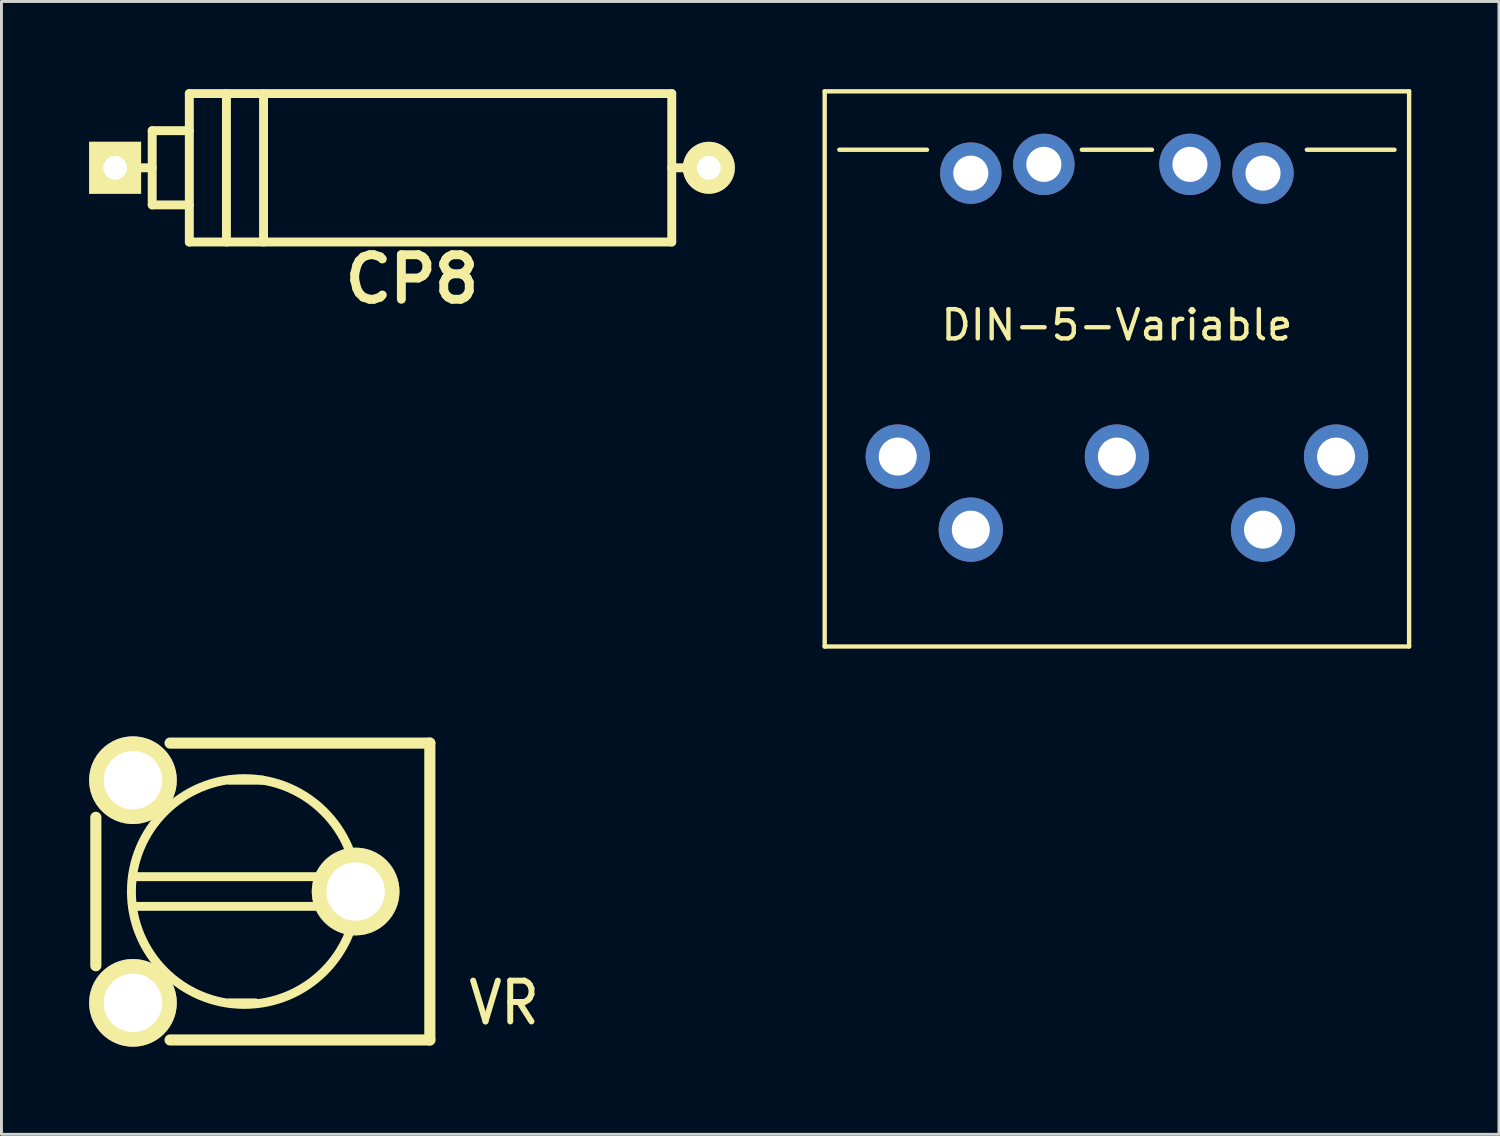
<source format=kicad_pcb>
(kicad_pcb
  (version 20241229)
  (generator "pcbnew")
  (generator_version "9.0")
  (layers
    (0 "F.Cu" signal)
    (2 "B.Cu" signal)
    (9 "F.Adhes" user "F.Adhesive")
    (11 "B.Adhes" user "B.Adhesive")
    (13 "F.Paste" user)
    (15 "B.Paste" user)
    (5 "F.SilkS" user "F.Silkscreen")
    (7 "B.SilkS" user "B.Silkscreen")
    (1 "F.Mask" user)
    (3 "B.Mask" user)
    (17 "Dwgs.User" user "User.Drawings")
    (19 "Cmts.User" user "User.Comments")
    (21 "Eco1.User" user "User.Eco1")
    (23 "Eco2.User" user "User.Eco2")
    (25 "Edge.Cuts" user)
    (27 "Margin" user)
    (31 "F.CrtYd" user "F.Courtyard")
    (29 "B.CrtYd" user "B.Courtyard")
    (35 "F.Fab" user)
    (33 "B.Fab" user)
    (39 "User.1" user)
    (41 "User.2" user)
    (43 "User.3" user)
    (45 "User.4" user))
  (footprint "CP8"
    (layer "F.Cu")
    (at 11.049 2.692)
    (property "Reference" "CP8" (at 0 3.81 0) (layer "F.SilkS") (effects (font (size 1.524 1.524) (thickness 0.305))))
    (attr through_hole)
    (fp_line (start -10.16 0) (end -8.89 0) (stroke (width 0.305) (type solid)) (layer "F.SilkS"))
    (fp_line (start -8.89 -1.27) (end -7.62 -1.27) (stroke (width 0.305) (type solid)) (layer "F.SilkS"))
    (fp_line (start -8.89 1.27) (end -8.89 -1.27) (stroke (width 0.305) (type solid)) (layer "F.SilkS"))
    (fp_line (start -7.62 -2.54) (end 8.89 -2.54) (stroke (width 0.305) (type solid)) (layer "F.SilkS"))
    (fp_line (start -7.62 1.27) (end -8.89 1.27) (stroke (width 0.305) (type solid)) (layer "F.SilkS"))
    (fp_line (start -7.62 2.54) (end -7.62 -2.54) (stroke (width 0.305) (type solid)) (layer "F.SilkS"))
    (fp_line (start -6.35 2.54) (end -6.35 -2.54) (stroke (width 0.305) (type solid)) (layer "F.SilkS"))
    (fp_line (start -5.08 -2.54) (end -5.08 2.54) (stroke (width 0.305) (type solid)) (layer "F.SilkS"))
    (fp_line (start 8.89 -2.54) (end 8.89 2.54) (stroke (width 0.305) (type solid)) (layer "F.SilkS"))
    (fp_line (start 8.89 0) (end 10.16 0) (stroke (width 0.305) (type solid)) (layer "F.SilkS"))
    (fp_line (start 8.89 2.54) (end -7.62 2.54) (stroke (width 0.305) (type solid)) (layer "F.SilkS"))
    (pad "1" thru_hole rect (at -10.16 0) (size 1.778 1.778) (drill 0.813) (layers "*.Cu" "*.Mask" "F.SilkS"))
    (pad "2" thru_hole circle (at 10.16 0) (size 1.778 1.778) (drill 0.813) (layers "*.Cu" "*.Mask" "F.SilkS")))
  (footprint "VR"
    (layer "F.Cu")
    (at 5.31 27.46)
    (property "Reference" "VR" (at 8.89 3.81 0) (layer "F.SilkS") (effects (font (size 1.397 1.27) (thickness 0.203))))
    (attr through_hole)
    (fp_line (start -5.08 -2.54) (end -5.08 2.54) (stroke (width 0.381) (type solid)) (layer "F.SilkS"))
    (fp_line (start -3.81 -0.508) (end 3.683 -0.508) (stroke (width 0.305) (type solid)) (layer "F.SilkS"))
    (fp_line (start -3.81 0.508) (end 3.683 0.508) (stroke (width 0.305) (type solid)) (layer "F.SilkS"))
    (fp_line (start -0.508 -3.81) (end 0.635 -3.81) (stroke (width 0.305) (type solid)) (layer "F.SilkS"))
    (fp_line (start 0.381 3.81) (end -0.508 3.81) (stroke (width 0.305) (type solid)) (layer "F.SilkS"))
    (fp_line (start 6.35 -5.08) (end -2.54 -5.08) (stroke (width 0.381) (type solid)) (layer "F.SilkS"))
    (fp_line (start 6.35 -5.08) (end 6.35 5.08) (stroke (width 0.381) (type solid)) (layer "F.SilkS"))
    (fp_line (start 6.35 5.08) (end -2.54 5.08) (stroke (width 0.381) (type solid)) (layer "F.SilkS"))
    (fp_circle (center 0 0) (end -3.81 -0.635) (stroke (width 0.305) (type solid)) (fill no) (layer "F.SilkS"))
    (pad "1" thru_hole circle (at -3.81 -3.81) (size 3 3) (drill 1.999) (layers "*.Cu" "*.Mask" "F.SilkS"))
    (pad "2" thru_hole circle (at 3.81 0) (size 3 3) (drill 1.999) (layers "*.Cu" "*.Mask" "F.SilkS"))
    (pad "3" thru_hole circle (at -3.81 3.81) (size 3 3) (drill 1.999) (layers "*.Cu" "*.Mask" "F.SilkS")))
  (footprint "DIN-5-Variable"
    (layer "F.Cu")
    (at 35.173 12.575)
    (property "Reference" "DIN-5-Variable" (at 0 -4.5 0) (layer "F.SilkS") (effects (font (size 1 1) (thickness 0.15))))
    (attr through_hole)
    (fp_line (start -10 -12.5) (end -10 6.5) (stroke (width 0.15) (type solid)) (layer "F.SilkS"))
    (fp_line (start -10 6.5) (end 10 6.5) (stroke (width 0.15) (type solid)) (layer "F.SilkS"))
    (fp_line (start -9.5 -10.5) (end -6.5 -10.5) (stroke (width 0.15) (type solid)) (layer "F.SilkS"))
    (fp_line (start -1.2 -10.5) (end 1.2 -10.5) (stroke (width 0.15) (type solid)) (layer "F.SilkS"))
    (fp_line (start 6.5 -10.5) (end 9.5 -10.5) (stroke (width 0.15) (type solid)) (layer "F.SilkS"))
    (fp_line (start 10 -12.5) (end -10 -12.5) (stroke (width 0.15) (type solid)) (layer "F.SilkS"))
    (fp_line (start 10 6.5) (end 10 -12.5) (stroke (width 0.15) (type solid)) (layer "F.SilkS"))
    (pad "" thru_hole circle (at -5 -9.7) (size 2.1 2.1) (drill 1.2) (layers "*.Cu" "*.Mask"))
    (pad "" thru_hole circle (at -2.5 -10) (size 2.1 2.1) (drill 1.2) (layers "*.Cu" "*.Mask"))
    (pad "" thru_hole circle (at 2.5 -10) (size 2.1 2.1) (drill 1.2) (layers "*.Cu" "*.Mask"))
    (pad "" thru_hole circle (at 5 -9.7) (size 2.1 2.1) (drill 1.2) (layers "*.Cu" "*.Mask"))
    (pad "1" thru_hole circle (at -7.5 0) (size 2.2 2.2) (drill 1.3) (layers "*.Cu" "*.Mask"))
    (pad "2" thru_hole circle (at 0 0) (size 2.2 2.2) (drill 1.3) (layers "*.Cu" "*.Mask"))
    (pad "3" thru_hole circle (at 7.5 0) (size 2.2 2.2) (drill 1.3) (layers "*.Cu" "*.Mask"))
    (pad "4" thru_hole circle (at -5 2.5) (size 2.2 2.2) (drill 1.3) (layers "*.Cu" "*.Mask"))
    (pad "5" thru_hole circle (at 5 2.5) (size 2.2 2.2) (drill 1.3) (layers "*.Cu" "*.Mask")))
  (gr_rect
    (start -3 -3)
    (end 48.248 35.77)
    (stroke (width 0.1) (type default))
    (fill no)
    (layer "Edge.Cuts")))
</source>
